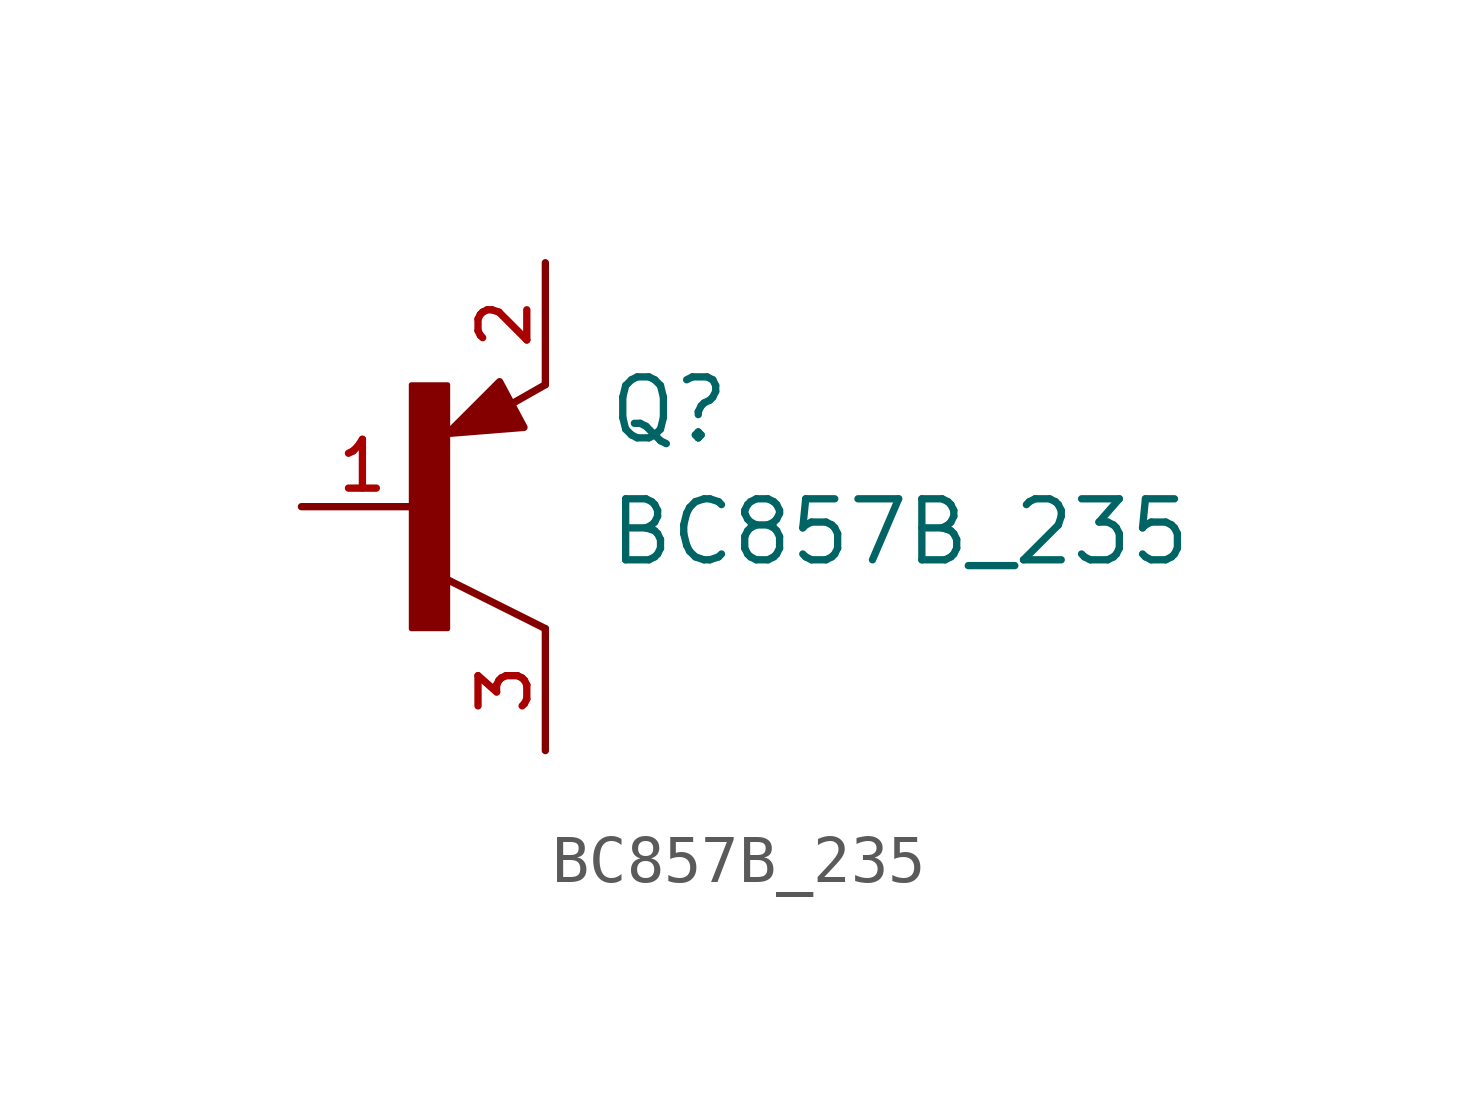
<source format=kicad_sym>
(kicad_symbol_lib
  (version 20220914)
  (generator kicad_symbol_editor)
  (symbol "BC857B_235"
    (pin_names
      (offset 1.016))
    (property "Reference" "Q"
      (at 3.81 1.27 0)
      (effects (font (size 1.27 1.27)) (justify left bottom)))
    (property "Value" "BC857B_235"
      (at 3.81 -1.27 0)
      (effects (font (size 1.27 1.27)) (justify left bottom)))
    (symbol "BC857B_235_0_0"
      (rectangle (start -0.254 -2.544) (end 0.508 2.54) (stroke (width 0.1) (type default)) (fill (type outline)))
      (polyline (pts (xy 2.54 -2.54) (xy 0.508 -1.524)) (stroke (width 0.152) (type default)) (fill (type none)))
      (polyline (pts (xy 2.54 2.54) (xy 1.808 2.124)) (stroke (width 0.152) (type default)) (fill (type none)))
      (polyline (pts (xy 0.508 1.524) (xy 1.587 2.603) (xy 2.095 1.651) (xy 0.508 1.524)) (stroke (width 0.152) (type default)) (fill (type outline)))
      (pin passive line (at -2.54 0 0) (length 2.54) (name "~" (effects (font (size 1.016 1.016)))) (number "1" (effects (font (size 1.016 1.016)))))
      (pin passive line (at 2.54 5.08 270) (length 2.54) (name "~" (effects (font (size 1.016 1.016)))) (number "2" (effects (font (size 1.016 1.016)))))
      (pin passive line (at 2.54 -5.08 90) (length 2.54) (name "~" (effects (font (size 1.016 1.016)))) (number "3" (effects (font (size 1.016 1.016))))))))
</source>
